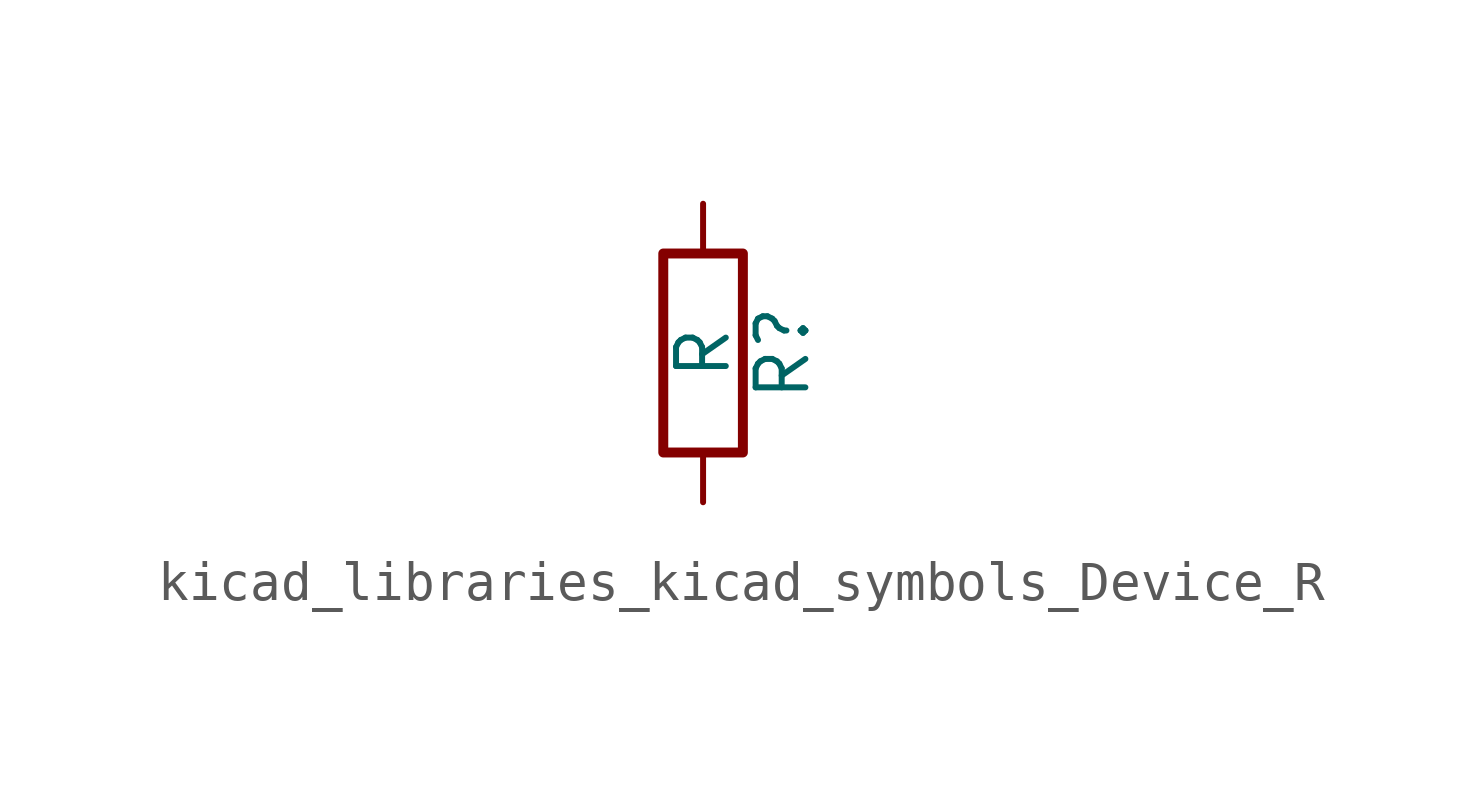
<source format=kicad_sym>
(kicad_symbol_lib
  (version 20220914)
  (generator kicad_symbol_editor)
  (symbol "kicad_libraries_kicad_symbols_Device_R"
    (pin_numbers hide)
    (pin_names
      (offset 0))
    (property "Reference" "R"
      (at 2.032 0 90)
      (effects (font (size 1.27 1.27))))
    (property "Value" "R"
      (at 0 0 90)
      (effects (font (size 1.27 1.27))))
    (symbol "kicad_libraries_kicad_symbols_Device_R_0_1"
      (rectangle (start -1.016 -2.54) (end 1.016 2.54) (stroke (width 0.254) (type default)) (fill (type none))))
    (symbol "kicad_libraries_kicad_symbols_Device_R_1_1"
      (pin passive line (at 0 3.81 270) (length 1.27) (name "~" (effects (font (size 1.27 1.27)))) (number "1" (effects (font (size 1.27 1.27)))))
      (pin passive line (at 0 -3.81 90) (length 1.27) (name "~" (effects (font (size 1.27 1.27)))) (number "2" (effects (font (size 1.27 1.27))))))))
</source>
